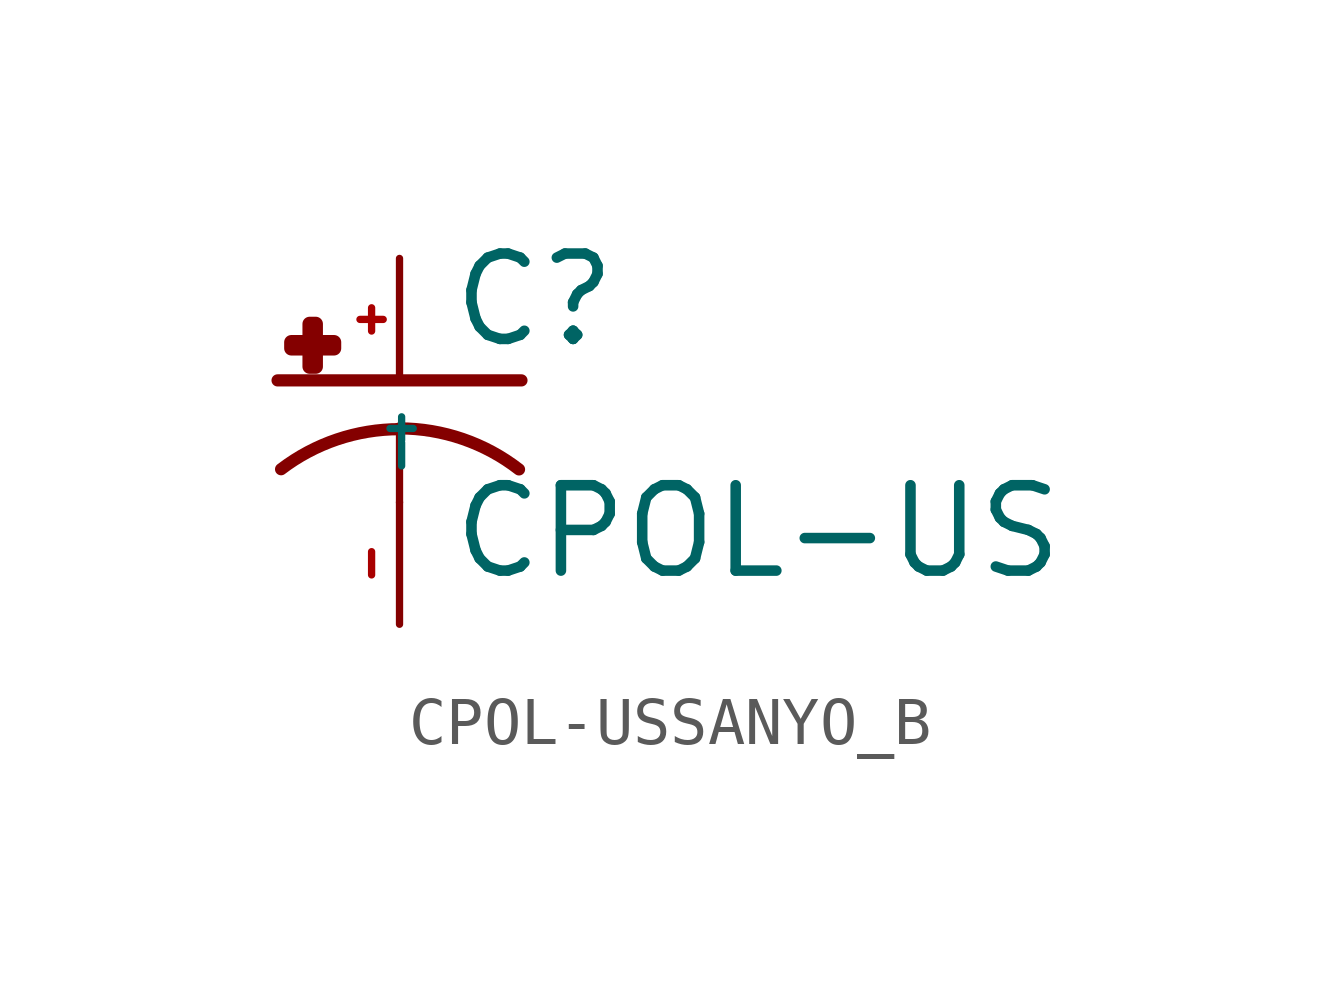
<source format=kicad_sym>
(kicad_symbol_lib
  (version 20220914)
  (generator Eagle2Kicad)
  (symbol "CPOL-USSANYO_B"
    (property "Reference" "C"
      (at 1.016 0.635 0)
      (effects (font (size 1.778 1.778) (thickness 0.22)) (justify left bottom)))
    (property "Value" "CPOL-US"
      (at 1.016 -4.191 0)
      (effects (font (size 1.778 1.778) (thickness 0.22)) (justify left bottom)))
    (polyline
      (pts (xy -2.54 0) (xy 2.54 0))
      (stroke (width 0.254) (type default))
      (fill (type none)))
    (polyline
      (pts (xy 0 -1.016) (xy 0 -2.54))
      (stroke (width 0.152) (type default))
      (fill (type none)))
    (arc
      (start 2.4892 -1.8542)
      (mid 1.316 -1.220)
      (end 0 -1)
      (stroke (width 0.254) (type default))
      (fill (type none)))
    (arc
      (start 0 -1.0161)
      (mid -1.302 -1.230)
      (end -2.4669 -1.8504)
      (stroke (width 0.254) (type default))
      (fill (type none)))
    (rectangle
      (start -2.253 0.668)
      (end -1.364 0.795)
      (stroke (width 0.3) (type default))
      (fill (type outline)))
    (rectangle
      (start -1.872 0.287)
      (end -1.745 1.176)
      (stroke (width 0.3) (type default))
      (fill (type outline)))
    (pin passive line
      (at 0 2.54 270)
      (length 2.54)
      (name "+" (effects (font (size 0.635 0.635) (thickness 0.08)) (justify left bottom)))
      (number "+" (effects (font (size 0.635 0.635) (thickness 0.08)) (justify left bottom))))
    (pin passive line
      (at 0 -5.08 90)
      (length 2.54)
      (name "-" (effects (font (size 0.635 0.635) (thickness 0.08)) (justify left bottom)))
      (number "-" (effects (font (size 0.635 0.635) (thickness 0.08)) (justify left bottom))))))
</source>
